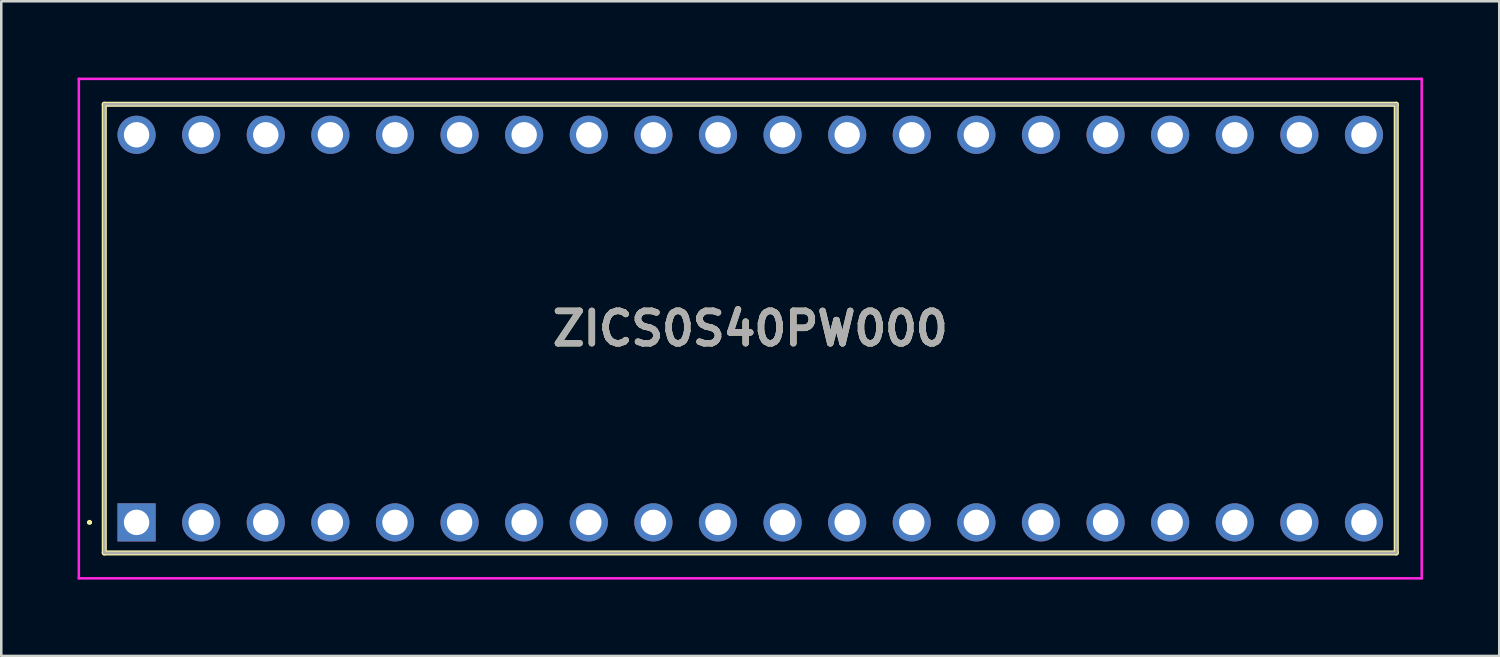
<source format=kicad_pcb>
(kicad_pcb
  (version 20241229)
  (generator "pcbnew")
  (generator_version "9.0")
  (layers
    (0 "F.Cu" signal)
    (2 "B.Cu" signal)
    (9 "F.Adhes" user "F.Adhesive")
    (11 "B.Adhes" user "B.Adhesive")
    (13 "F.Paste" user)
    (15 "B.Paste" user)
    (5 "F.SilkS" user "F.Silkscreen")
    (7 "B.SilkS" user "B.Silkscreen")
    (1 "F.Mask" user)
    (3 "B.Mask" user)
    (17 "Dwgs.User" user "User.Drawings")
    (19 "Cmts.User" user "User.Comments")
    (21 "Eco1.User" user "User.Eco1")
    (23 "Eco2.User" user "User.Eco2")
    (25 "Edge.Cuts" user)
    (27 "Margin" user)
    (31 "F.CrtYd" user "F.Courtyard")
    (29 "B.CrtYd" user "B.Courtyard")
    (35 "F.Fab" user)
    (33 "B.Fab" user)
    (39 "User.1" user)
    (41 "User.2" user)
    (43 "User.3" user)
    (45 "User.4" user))
  (footprint "ZICS0S40PW000"
    (layer "F.Cu")
    (at 2.32 17.49)
    (property "Reference" "ZICS0S40PW000" (at 24.13 -7.62 0) (layer "F.SilkS") (effects (font (size 1.27 1.27) (thickness 0.254))))
    (attr through_hole)
    (fp_line (start -1.9 0) (end -1.9 0) (stroke (width 0.1) (type solid)) (layer "F.SilkS"))
    (fp_line (start -1.8 0) (end -1.8 0) (stroke (width 0.1) (type solid)) (layer "F.SilkS"))
    (fp_line (start -1.27 -16.44) (end 49.53 -16.44) (stroke (width 0.2) (type solid)) (layer "F.SilkS"))
    (fp_line (start -1.27 1.2) (end -1.27 -16.44) (stroke (width 0.2) (type solid)) (layer "F.SilkS"))
    (fp_line (start 49.53 -16.44) (end 49.53 1.2) (stroke (width 0.2) (type solid)) (layer "F.SilkS"))
    (fp_line (start 49.53 1.2) (end -1.27 1.2) (stroke (width 0.2) (type solid)) (layer "F.SilkS"))
    (fp_arc (start -1.9 0) (mid -1.85 -0.05) (end -1.8 0) (stroke (width 0.1) (type solid)) (layer "F.SilkS"))
    (fp_arc (start -1.8 0) (mid -1.85 0.05) (end -1.9 0) (stroke (width 0.1) (type solid)) (layer "F.SilkS"))
    (fp_line (start -2.27 -17.44) (end 50.53 -17.44) (stroke (width 0.1) (type solid)) (layer "F.CrtYd"))
    (fp_line (start -2.27 2.2) (end -2.27 -17.44) (stroke (width 0.1) (type solid)) (layer "F.CrtYd"))
    (fp_line (start 50.53 -17.44) (end 50.53 2.2) (stroke (width 0.1) (type solid)) (layer "F.CrtYd"))
    (fp_line (start 50.53 2.2) (end -2.27 2.2) (stroke (width 0.1) (type solid)) (layer "F.CrtYd"))
    (fp_line (start -1.27 -16.44) (end -1.27 1.2) (stroke (width 0.1) (type solid)) (layer "F.Fab"))
    (fp_line (start -1.27 1.2) (end 49.53 1.2) (stroke (width 0.1) (type solid)) (layer "F.Fab"))
    (fp_line (start 49.53 -16.44) (end -1.27 -16.44) (stroke (width 0.1) (type solid)) (layer "F.Fab"))
    (fp_line (start 49.53 1.2) (end 49.53 -16.44) (stroke (width 0.1) (type solid)) (layer "F.Fab"))
    (fp_text user "${REFERENCE}" (at 24.13 -7.62 0) (layer "F.Fab") (effects (font (size 1.27 1.27) (thickness 0.254))))
    (pad "1" thru_hole rect (at 0 0) (size 1.5 1.5) (drill 1) (layers "*.Cu" "*.Mask"))
    (pad "2" thru_hole circle (at 2.54 0) (size 1.5 1.5) (drill 1) (layers "*.Cu" "*.Mask"))
    (pad "3" thru_hole circle (at 5.08 0) (size 1.5 1.5) (drill 1) (layers "*.Cu" "*.Mask"))
    (pad "4" thru_hole circle (at 7.62 0) (size 1.5 1.5) (drill 1) (layers "*.Cu" "*.Mask"))
    (pad "5" thru_hole circle (at 10.16 0) (size 1.5 1.5) (drill 1) (layers "*.Cu" "*.Mask"))
    (pad "6" thru_hole circle (at 12.7 0) (size 1.5 1.5) (drill 1) (layers "*.Cu" "*.Mask"))
    (pad "7" thru_hole circle (at 15.24 0) (size 1.5 1.5) (drill 1) (layers "*.Cu" "*.Mask"))
    (pad "8" thru_hole circle (at 17.78 0) (size 1.5 1.5) (drill 1) (layers "*.Cu" "*.Mask"))
    (pad "9" thru_hole circle (at 20.32 0) (size 1.5 1.5) (drill 1) (layers "*.Cu" "*.Mask"))
    (pad "10" thru_hole circle (at 22.86 0) (size 1.5 1.5) (drill 1) (layers "*.Cu" "*.Mask"))
    (pad "11" thru_hole circle (at 25.4 0) (size 1.5 1.5) (drill 1) (layers "*.Cu" "*.Mask"))
    (pad "12" thru_hole circle (at 27.94 0) (size 1.5 1.5) (drill 1) (layers "*.Cu" "*.Mask"))
    (pad "13" thru_hole circle (at 30.48 0) (size 1.5 1.5) (drill 1) (layers "*.Cu" "*.Mask"))
    (pad "14" thru_hole circle (at 33.02 0) (size 1.5 1.5) (drill 1) (layers "*.Cu" "*.Mask"))
    (pad "15" thru_hole circle (at 35.56 0) (size 1.5 1.5) (drill 1) (layers "*.Cu" "*.Mask"))
    (pad "16" thru_hole circle (at 38.1 0) (size 1.5 1.5) (drill 1) (layers "*.Cu" "*.Mask"))
    (pad "17" thru_hole circle (at 40.64 0) (size 1.5 1.5) (drill 1) (layers "*.Cu" "*.Mask"))
    (pad "18" thru_hole circle (at 43.18 0) (size 1.5 1.5) (drill 1) (layers "*.Cu" "*.Mask"))
    (pad "19" thru_hole circle (at 45.72 0) (size 1.5 1.5) (drill 1) (layers "*.Cu" "*.Mask"))
    (pad "20" thru_hole circle (at 48.26 0) (size 1.5 1.5) (drill 1) (layers "*.Cu" "*.Mask"))
    (pad "21" thru_hole circle (at 48.26 -15.24) (size 1.5 1.5) (drill 1) (layers "*.Cu" "*.Mask"))
    (pad "22" thru_hole circle (at 45.72 -15.24) (size 1.5 1.5) (drill 1) (layers "*.Cu" "*.Mask"))
    (pad "23" thru_hole circle (at 43.18 -15.24) (size 1.5 1.5) (drill 1) (layers "*.Cu" "*.Mask"))
    (pad "24" thru_hole circle (at 40.64 -15.24) (size 1.5 1.5) (drill 1) (layers "*.Cu" "*.Mask"))
    (pad "25" thru_hole circle (at 38.1 -15.24) (size 1.5 1.5) (drill 1) (layers "*.Cu" "*.Mask"))
    (pad "26" thru_hole circle (at 35.56 -15.24) (size 1.5 1.5) (drill 1) (layers "*.Cu" "*.Mask"))
    (pad "27" thru_hole circle (at 33.02 -15.24) (size 1.5 1.5) (drill 1) (layers "*.Cu" "*.Mask"))
    (pad "28" thru_hole circle (at 30.48 -15.24) (size 1.5 1.5) (drill 1) (layers "*.Cu" "*.Mask"))
    (pad "29" thru_hole circle (at 27.94 -15.24) (size 1.5 1.5) (drill 1) (layers "*.Cu" "*.Mask"))
    (pad "30" thru_hole circle (at 25.4 -15.24) (size 1.5 1.5) (drill 1) (layers "*.Cu" "*.Mask"))
    (pad "31" thru_hole circle (at 22.86 -15.24) (size 1.5 1.5) (drill 1) (layers "*.Cu" "*.Mask"))
    (pad "32" thru_hole circle (at 20.32 -15.24) (size 1.5 1.5) (drill 1) (layers "*.Cu" "*.Mask"))
    (pad "33" thru_hole circle (at 17.78 -15.24) (size 1.5 1.5) (drill 1) (layers "*.Cu" "*.Mask"))
    (pad "34" thru_hole circle (at 15.24 -15.24) (size 1.5 1.5) (drill 1) (layers "*.Cu" "*.Mask"))
    (pad "35" thru_hole circle (at 12.7 -15.24) (size 1.5 1.5) (drill 1) (layers "*.Cu" "*.Mask"))
    (pad "36" thru_hole circle (at 10.16 -15.24) (size 1.5 1.5) (drill 1) (layers "*.Cu" "*.Mask"))
    (pad "37" thru_hole circle (at 7.62 -15.24) (size 1.5 1.5) (drill 1) (layers "*.Cu" "*.Mask"))
    (pad "38" thru_hole circle (at 5.08 -15.24) (size 1.5 1.5) (drill 1) (layers "*.Cu" "*.Mask"))
    (pad "39" thru_hole circle (at 2.54 -15.24) (size 1.5 1.5) (drill 1) (layers "*.Cu" "*.Mask"))
    (pad "40" thru_hole circle (at 0 -15.24) (size 1.5 1.5) (drill 1) (layers "*.Cu" "*.Mask")))
  (gr_rect
    (start -3 -3)
    (end 55.9 22.74)
    (stroke (width 0.1) (type default))
    (fill no)
    (layer "Edge.Cuts")))
</source>
